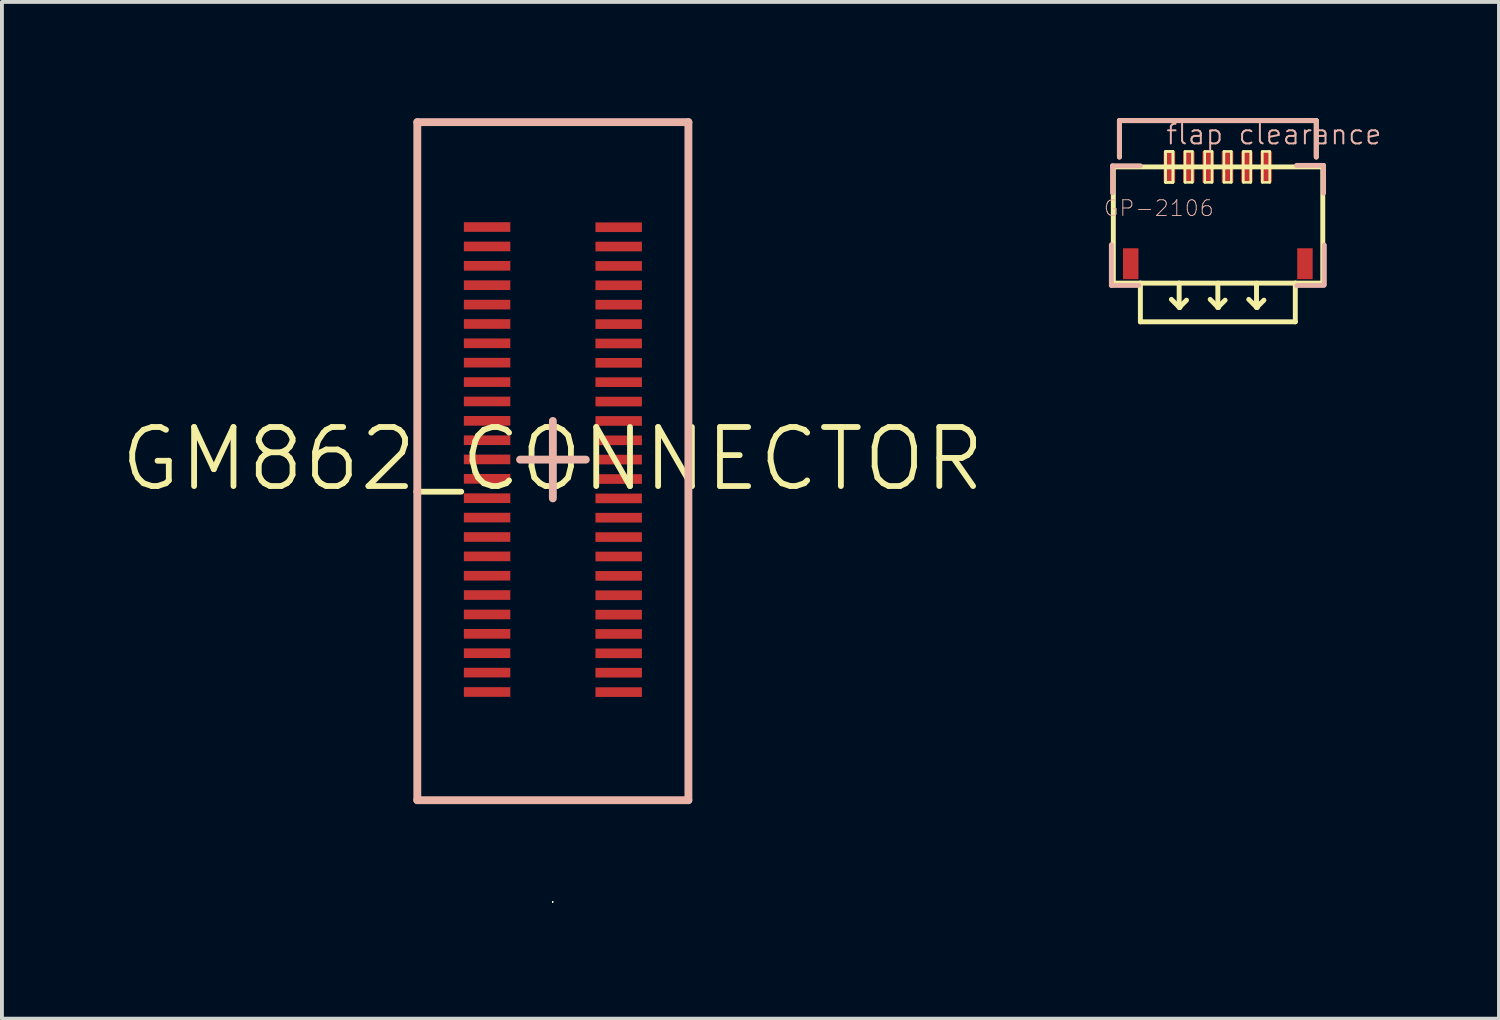
<source format=kicad_pcb>
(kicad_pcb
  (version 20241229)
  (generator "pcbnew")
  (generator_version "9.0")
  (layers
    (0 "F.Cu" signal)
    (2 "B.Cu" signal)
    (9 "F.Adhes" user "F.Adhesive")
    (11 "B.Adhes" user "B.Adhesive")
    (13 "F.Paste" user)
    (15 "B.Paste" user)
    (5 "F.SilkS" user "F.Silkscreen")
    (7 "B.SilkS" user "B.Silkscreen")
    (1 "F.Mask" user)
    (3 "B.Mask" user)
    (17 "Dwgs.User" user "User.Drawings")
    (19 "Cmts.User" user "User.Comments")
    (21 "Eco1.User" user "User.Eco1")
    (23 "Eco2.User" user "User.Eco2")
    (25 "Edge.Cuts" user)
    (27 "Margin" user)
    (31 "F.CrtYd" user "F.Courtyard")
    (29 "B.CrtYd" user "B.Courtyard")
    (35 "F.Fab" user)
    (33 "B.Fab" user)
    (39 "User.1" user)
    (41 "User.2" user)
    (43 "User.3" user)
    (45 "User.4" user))
  (footprint "GP-2106"
    (layer "F.Cu")
    (at 28.378 1.257)
    (property "Reference" "GP-2106" (at -1.524 1.067 0) (layer "B.SilkS") (effects (font (size 0.406 0.406) (thickness 0.025))))
    (attr smd)
    (fp_line (start -2.697 0) (end 2.708 0) (stroke (width 0.127) (type solid)) (layer "F.SilkS"))
    (fp_line (start -2.697 3) (end -2.697 0) (stroke (width 0.127) (type solid)) (layer "F.SilkS"))
    (fp_line (start -2.54 -1.194) (end 2.54 -1.194) (stroke (width 0.127) (type solid)) (layer "F.SilkS"))
    (fp_line (start -2.54 -0.254) (end -2.54 -1.194) (stroke (width 0.127) (type solid)) (layer "F.SilkS"))
    (fp_line (start -1.999 3) (end -2.69 3) (stroke (width 0.127) (type solid)) (layer "F.SilkS"))
    (fp_line (start -1.999 3) (end -1.999 3.998) (stroke (width 0.127) (type solid)) (layer "F.SilkS"))
    (fp_line (start -1.999 3.998) (end 1.999 3.998) (stroke (width 0.127) (type solid)) (layer "F.SilkS"))
    (fp_line (start -1.349 -0.399) (end -1.158 -0.399) (stroke (width 0.066) (type solid)) (layer "F.SilkS"))
    (fp_line (start -1.349 -0.399) (end -1.158 -0.399) (stroke (width 0.066) (type solid)) (layer "F.SilkS"))
    (fp_line (start -1.349 0.399) (end -1.349 -0.399) (stroke (width 0.066) (type solid)) (layer "F.SilkS"))
    (fp_line (start -1.349 0.399) (end -1.349 -0.399) (stroke (width 0.066) (type solid)) (layer "F.SilkS"))
    (fp_line (start -1.349 0.399) (end -1.158 0.399) (stroke (width 0.066) (type solid)) (layer "F.SilkS"))
    (fp_line (start -1.349 0.399) (end -1.158 0.399) (stroke (width 0.066) (type solid)) (layer "F.SilkS"))
    (fp_line (start -1.158 0.399) (end -1.158 -0.399) (stroke (width 0.066) (type solid)) (layer "F.SilkS"))
    (fp_line (start -1.158 0.399) (end -1.158 -0.399) (stroke (width 0.066) (type solid)) (layer "F.SilkS"))
    (fp_line (start -0.998 3) (end -1.999 3) (stroke (width 0.127) (type solid)) (layer "F.SilkS"))
    (fp_line (start -0.998 3) (end -0.998 3.619) (stroke (width 0.127) (type solid)) (layer "F.SilkS"))
    (fp_line (start -0.998 3.619) (end -1.199 3.419) (stroke (width 0.127) (type solid)) (layer "F.SilkS"))
    (fp_line (start -0.998 3.63) (end -0.998 3.619) (stroke (width 0.127) (type solid)) (layer "F.SilkS"))
    (fp_line (start -0.978 3.609) (end -0.808 3.439) (stroke (width 0.127) (type solid)) (layer "F.SilkS"))
    (fp_line (start -0.978 3.63) (end -0.978 3.609) (stroke (width 0.127) (type solid)) (layer "F.SilkS"))
    (fp_line (start -0.848 -0.399) (end -0.658 -0.399) (stroke (width 0.066) (type solid)) (layer "F.SilkS"))
    (fp_line (start -0.848 0.399) (end -0.848 -0.399) (stroke (width 0.066) (type solid)) (layer "F.SilkS"))
    (fp_line (start -0.848 0.399) (end -0.658 0.399) (stroke (width 0.066) (type solid)) (layer "F.SilkS"))
    (fp_line (start -0.658 0.399) (end -0.658 -0.399) (stroke (width 0.066) (type solid)) (layer "F.SilkS"))
    (fp_line (start -0.338 -0.399) (end -0.15 -0.399) (stroke (width 0.066) (type solid)) (layer "F.SilkS"))
    (fp_line (start -0.338 0.399) (end -0.338 -0.399) (stroke (width 0.066) (type solid)) (layer "F.SilkS"))
    (fp_line (start -0.338 0.399) (end -0.15 0.399) (stroke (width 0.066) (type solid)) (layer "F.SilkS"))
    (fp_line (start -0.15 0.399) (end -0.15 -0.399) (stroke (width 0.066) (type solid)) (layer "F.SilkS"))
    (fp_line (start 0 3) (end 0 3.619) (stroke (width 0.127) (type solid)) (layer "F.SilkS"))
    (fp_line (start 0 3.619) (end -0.198 3.419) (stroke (width 0.127) (type solid)) (layer "F.SilkS"))
    (fp_line (start 0 3.63) (end 0 3.619) (stroke (width 0.127) (type solid)) (layer "F.SilkS"))
    (fp_line (start 0.018 3.609) (end 0.188 3.439) (stroke (width 0.127) (type solid)) (layer "F.SilkS"))
    (fp_line (start 0.018 3.63) (end 0.018 3.609) (stroke (width 0.127) (type solid)) (layer "F.SilkS"))
    (fp_line (start 0.157 -0.399) (end 0.348 -0.399) (stroke (width 0.066) (type solid)) (layer "F.SilkS"))
    (fp_line (start 0.157 0.399) (end 0.157 -0.399) (stroke (width 0.066) (type solid)) (layer "F.SilkS"))
    (fp_line (start 0.157 0.399) (end 0.348 0.399) (stroke (width 0.066) (type solid)) (layer "F.SilkS"))
    (fp_line (start 0.348 0.399) (end 0.348 -0.399) (stroke (width 0.066) (type solid)) (layer "F.SilkS"))
    (fp_line (start 0.658 -0.399) (end 0.848 -0.399) (stroke (width 0.066) (type solid)) (layer "F.SilkS"))
    (fp_line (start 0.658 0.399) (end 0.658 -0.399) (stroke (width 0.066) (type solid)) (layer "F.SilkS"))
    (fp_line (start 0.658 0.399) (end 0.848 0.399) (stroke (width 0.066) (type solid)) (layer "F.SilkS"))
    (fp_line (start 0.848 0.399) (end 0.848 -0.399) (stroke (width 0.066) (type solid)) (layer "F.SilkS"))
    (fp_line (start 0.998 3) (end 0.998 3.619) (stroke (width 0.127) (type solid)) (layer "F.SilkS"))
    (fp_line (start 0.998 3.619) (end 0.798 3.419) (stroke (width 0.127) (type solid)) (layer "F.SilkS"))
    (fp_line (start 0.998 3.63) (end 0.998 3.619) (stroke (width 0.127) (type solid)) (layer "F.SilkS"))
    (fp_line (start 1.019 3.609) (end 1.189 3.439) (stroke (width 0.127) (type solid)) (layer "F.SilkS"))
    (fp_line (start 1.019 3.63) (end 1.019 3.609) (stroke (width 0.127) (type solid)) (layer "F.SilkS"))
    (fp_line (start 1.148 -0.399) (end 1.339 -0.399) (stroke (width 0.066) (type solid)) (layer "F.SilkS"))
    (fp_line (start 1.148 0.399) (end 1.148 -0.399) (stroke (width 0.066) (type solid)) (layer "F.SilkS"))
    (fp_line (start 1.148 0.399) (end 1.339 0.399) (stroke (width 0.066) (type solid)) (layer "F.SilkS"))
    (fp_line (start 1.339 0.399) (end 1.339 -0.399) (stroke (width 0.066) (type solid)) (layer "F.SilkS"))
    (fp_line (start 1.999 3) (end -0.998 3) (stroke (width 0.127) (type solid)) (layer "F.SilkS"))
    (fp_line (start 1.999 3.998) (end 1.999 3) (stroke (width 0.127) (type solid)) (layer "F.SilkS"))
    (fp_line (start 2.54 -1.194) (end 2.54 -0.254) (stroke (width 0.127) (type solid)) (layer "F.SilkS"))
    (fp_line (start 2.708 0) (end 2.708 3) (stroke (width 0.127) (type solid)) (layer "F.SilkS"))
    (fp_line (start 2.708 3) (end 1.999 3) (stroke (width 0.127) (type solid)) (layer "F.SilkS"))
    (fp_line (start -2.748 2.009) (end -2.748 3.058) (stroke (width 0.127) (type solid)) (layer "B.SilkS"))
    (fp_line (start -2.748 3.058) (end -2.04 3.058) (stroke (width 0.127) (type solid)) (layer "B.SilkS"))
    (fp_line (start -2.718 -0.028) (end -2.718 0.668) (stroke (width 0.127) (type solid)) (layer "B.SilkS"))
    (fp_line (start -2.54 -1.194) (end 2.54 -1.194) (stroke (width 0.127) (type solid)) (layer "B.SilkS"))
    (fp_line (start -2.54 -0.254) (end -2.54 -1.194) (stroke (width 0.127) (type solid)) (layer "B.SilkS"))
    (fp_line (start -1.999 -0.028) (end -2.718 -0.028) (stroke (width 0.127) (type solid)) (layer "B.SilkS"))
    (fp_line (start 2.05 3.058) (end 2.04 3.068) (stroke (width 0.127) (type solid)) (layer "B.SilkS"))
    (fp_line (start 2.54 -1.194) (end 2.54 -0.254) (stroke (width 0.127) (type solid)) (layer "B.SilkS"))
    (fp_line (start 2.728 -0.038) (end 2.029 -0.038) (stroke (width 0.127) (type solid)) (layer "B.SilkS"))
    (fp_line (start 2.728 0.678) (end 2.728 -0.038) (stroke (width 0.127) (type solid)) (layer "B.SilkS"))
    (fp_line (start 2.738 3.058) (end 2.05 3.058) (stroke (width 0.127) (type solid)) (layer "B.SilkS"))
    (fp_line (start 2.748 2.019) (end 2.748 3.038) (stroke (width 0.127) (type solid)) (layer "B.SilkS"))
    (fp_text user "flap clearance" (at 1.448 -0.838 0) (layer "B.SilkS") (effects (font (size 0.508 0.508) (thickness 0.051))))
    (pad "1PPS" smd rect (at -0.249 0 90) (size 0.798 0.3) (layers "F.Cu" "F.Mask" "F.Paste"))
    (pad "GND" smd rect (at -0.749 0 90) (size 0.798 0.3) (layers "F.Cu" "F.Mask" "F.Paste"))
    (pad "ONOF" smd rect (at 0.249 0 90) (size 0.798 0.3) (layers "F.Cu" "F.Mask" "F.Paste"))
    (pad "P$7" smd rect (at -2.248 2.499 90) (size 0.798 0.399) (layers "F.Cu" "F.Mask" "F.Paste"))
    (pad "P$8" smd rect (at 2.248 2.499 90) (size 0.798 0.399) (layers "F.Cu" "F.Mask" "F.Paste"))
    (pad "RX" smd rect (at 0.749 0 90) (size 0.798 0.3) (layers "F.Cu" "F.Mask" "F.Paste"))
    (pad "TX" smd rect (at 1.25 0 90) (size 0.798 0.3) (layers "F.Cu" "F.Mask" "F.Paste"))
    (pad "VCC" smd rect (at -1.25 0 90) (size 0.798 0.3) (layers "F.Cu" "F.Mask" "F.Paste")))
  (footprint "GM862_CONNECTOR"
    (layer "F.Cu")
    (at 11.212 8.796)
    (property "Reference" "GM862_CONNECTOR" (at 0 0 0) (layer "F.SilkS") (effects (font (size 1.524 1.524) (thickness 0.15))))
    (attr smd)
    (fp_line (start -3.493 -8.694) (end -3.493 8.804) (stroke (width 0.203) (type solid)) (layer "B.SilkS"))
    (fp_line (start -3.493 8.804) (end 3.503 8.804) (stroke (width 0.203) (type solid)) (layer "B.SilkS"))
    (fp_line (start -0.841 0.015) (end 0.856 0.015) (stroke (width 0.203) (type solid)) (layer "B.SilkS"))
    (fp_line (start 0.005 1.016) (end 0.005 -0.983) (stroke (width 0.203) (type solid)) (layer "B.SilkS"))
    (fp_line (start 3.503 -8.694) (end -3.493 -8.694) (stroke (width 0.203) (type solid)) (layer "B.SilkS"))
    (fp_line (start 3.503 8.804) (end 3.503 -8.694) (stroke (width 0.203) (type solid)) (layer "B.SilkS"))
    (pad "1" smd rect (at 1.704 6.015) (size 1.199 0.249) (layers "F.Cu" "F.Mask" "F.Paste"))
    (pad "2" smd rect (at -1.692 6.012) (size 1.199 0.249) (layers "F.Cu" "F.Mask" "F.Paste"))
    (pad "3" smd rect (at 1.704 5.514) (size 1.199 0.249) (layers "F.Cu" "F.Mask" "F.Paste"))
    (pad "4" smd rect (at -1.692 5.512) (size 1.199 0.249) (layers "F.Cu" "F.Mask" "F.Paste"))
    (pad "5" smd rect (at 1.704 5.014) (size 1.199 0.249) (layers "F.Cu" "F.Mask" "F.Paste"))
    (pad "6" smd rect (at -1.692 5.011) (size 1.199 0.249) (layers "F.Cu" "F.Mask" "F.Paste"))
    (pad "7" smd rect (at 1.704 4.514) (size 1.199 0.249) (layers "F.Cu" "F.Mask" "F.Paste"))
    (pad "8" smd rect (at -1.692 4.511) (size 1.199 0.249) (layers "F.Cu" "F.Mask" "F.Paste"))
    (pad "9" smd rect (at 1.704 4.016) (size 1.199 0.249) (layers "F.Cu" "F.Mask" "F.Paste"))
    (pad "10" smd rect (at -1.692 4.011) (size 1.199 0.249) (layers "F.Cu" "F.Mask" "F.Paste"))
    (pad "11" smd rect (at 1.704 3.515) (size 1.199 0.249) (layers "F.Cu" "F.Mask" "F.Paste"))
    (pad "12" smd rect (at -1.692 3.51) (size 1.199 0.249) (layers "F.Cu" "F.Mask" "F.Paste"))
    (pad "13" smd rect (at 1.704 3.015) (size 1.199 0.249) (layers "F.Cu" "F.Mask" "F.Paste"))
    (pad "14" smd rect (at -1.692 3.012) (size 1.199 0.249) (layers "F.Cu" "F.Mask" "F.Paste"))
    (pad "15" smd rect (at 1.704 2.515) (size 1.199 0.249) (layers "F.Cu" "F.Mask" "F.Paste"))
    (pad "16" smd rect (at -1.692 2.512) (size 1.199 0.249) (layers "F.Cu" "F.Mask" "F.Paste"))
    (pad "17" smd rect (at 1.704 2.014) (size 1.199 0.249) (layers "F.Cu" "F.Mask" "F.Paste"))
    (pad "18" smd rect (at -1.692 2.012) (size 1.199 0.249) (layers "F.Cu" "F.Mask" "F.Paste"))
    (pad "19" smd rect (at 1.704 1.514) (size 1.199 0.249) (layers "F.Cu" "F.Mask" "F.Paste"))
    (pad "20" smd rect (at -1.692 1.511) (size 1.199 0.249) (layers "F.Cu" "F.Mask" "F.Paste"))
    (pad "21" smd rect (at 1.704 1.016) (size 1.199 0.249) (layers "F.Cu" "F.Mask" "F.Paste"))
    (pad "22" smd rect (at -1.692 1.011) (size 1.199 0.249) (layers "F.Cu" "F.Mask" "F.Paste"))
    (pad "23" smd rect (at 1.704 0.516) (size 1.199 0.249) (layers "F.Cu" "F.Mask" "F.Paste"))
    (pad "24" smd rect (at -1.692 0.511) (size 1.199 0.249) (layers "F.Cu" "F.Mask" "F.Paste"))
    (pad "25" smd rect (at 1.704 0.015) (size 1.199 0.249) (layers "F.Cu" "F.Mask" "F.Paste"))
    (pad "26" smd rect (at -1.692 0.01) (size 1.199 0.249) (layers "F.Cu" "F.Mask" "F.Paste"))
    (pad "27" smd rect (at 1.704 -0.483) (size 1.199 0.249) (layers "F.Cu" "F.Mask" "F.Paste"))
    (pad "28" smd rect (at -1.692 -0.485) (size 1.199 0.249) (layers "F.Cu" "F.Mask" "F.Paste"))
    (pad "29" smd rect (at 1.704 -0.983) (size 1.199 0.249) (layers "F.Cu" "F.Mask" "F.Paste"))
    (pad "30" smd rect (at -1.692 -0.986) (size 1.199 0.249) (layers "F.Cu" "F.Mask" "F.Paste"))
    (pad "31" smd rect (at 1.704 -1.483) (size 1.199 0.249) (layers "F.Cu" "F.Mask" "F.Paste"))
    (pad "32" smd rect (at -1.692 -1.486) (size 1.199 0.249) (layers "F.Cu" "F.Mask" "F.Paste"))
    (pad "33" smd rect (at 1.704 -1.984) (size 1.199 0.249) (layers "F.Cu" "F.Mask" "F.Paste"))
    (pad "34" smd rect (at -1.692 -1.986) (size 1.199 0.249) (layers "F.Cu" "F.Mask" "F.Paste"))
    (pad "35" smd rect (at 1.704 -2.482) (size 1.199 0.249) (layers "F.Cu" "F.Mask" "F.Paste"))
    (pad "36" smd rect (at -1.692 -2.487) (size 1.199 0.249) (layers "F.Cu" "F.Mask" "F.Paste"))
    (pad "37" smd rect (at 1.704 -2.982) (size 1.199 0.249) (layers "F.Cu" "F.Mask" "F.Paste"))
    (pad "38" smd rect (at -1.692 -2.987) (size 1.199 0.249) (layers "F.Cu" "F.Mask" "F.Paste"))
    (pad "39" smd rect (at 1.704 -3.482) (size 1.199 0.249) (layers "F.Cu" "F.Mask" "F.Paste"))
    (pad "40" smd rect (at -1.692 -3.485) (size 1.199 0.249) (layers "F.Cu" "F.Mask" "F.Paste"))
    (pad "41" smd rect (at 1.704 -3.983) (size 1.199 0.249) (layers "F.Cu" "F.Mask" "F.Paste"))
    (pad "42" smd rect (at -1.692 -3.985) (size 1.199 0.249) (layers "F.Cu" "F.Mask" "F.Paste"))
    (pad "43" smd rect (at 1.704 -4.483) (size 1.199 0.249) (layers "F.Cu" "F.Mask" "F.Paste"))
    (pad "44" smd rect (at -1.692 -4.486) (size 1.199 0.249) (layers "F.Cu" "F.Mask" "F.Paste"))
    (pad "45" smd rect (at 1.704 -4.983) (size 1.199 0.249) (layers "F.Cu" "F.Mask" "F.Paste"))
    (pad "46" smd rect (at -1.692 -4.986) (size 1.199 0.249) (layers "F.Cu" "F.Mask" "F.Paste"))
    (pad "47" smd rect (at 1.704 -5.484) (size 1.199 0.249) (layers "F.Cu" "F.Mask" "F.Paste"))
    (pad "48" smd rect (at -1.692 -5.486) (size 1.199 0.249) (layers "F.Cu" "F.Mask" "F.Paste"))
    (pad "49" smd rect (at 1.704 -5.982) (size 1.199 0.249) (layers "F.Cu" "F.Mask" "F.Paste"))
    (pad "50" smd rect (at -1.692 -5.987) (size 1.199 0.249) (layers "F.Cu" "F.Mask" "F.Paste"))
    (pad "G1" thru_hole circle (at 0 11.43) (size 0.025 0.025) (drill 0.025) (layers "*.Cu" "F.Mask" "F.SilkS" "F.Paste"))
    (pad "G2" thru_hole circle (at 0 11.43) (size 0.025 0.025) (drill 0.025) (layers "*.Cu" "F.Mask" "F.SilkS" "F.Paste"))
    (pad "G3" thru_hole circle (at 0 11.43) (size 0.025 0.025) (drill 0.025) (layers "*.Cu" "F.Mask" "F.SilkS" "F.Paste"))
    (pad "G4" thru_hole circle (at 0 11.43) (size 0.025 0.025) (drill 0.025) (layers "*.Cu" "F.Mask" "F.SilkS" "F.Paste"))
    (pad "G5" thru_hole circle (at 0 11.43) (size 0.025 0.025) (drill 0.025) (layers "*.Cu" "F.Mask" "F.SilkS" "F.Paste"))
    (pad "G6" thru_hole circle (at 0 11.43) (size 0.025 0.025) (drill 0.025) (layers "*.Cu" "F.Mask" "F.SilkS" "F.Paste"))
    (pad "G7" thru_hole circle (at 0 11.43) (size 0.025 0.025) (drill 0.025) (layers "*.Cu" "F.Mask" "F.SilkS" "F.Paste"))
    (pad "G8" thru_hole circle (at 0 11.43) (size 0.025 0.025) (drill 0.025) (layers "*.Cu" "F.Mask" "F.SilkS" "F.Paste")))
  (gr_rect
    (start -3 -3)
    (end 35.633 23.239)
    (stroke (width 0.1) (type default))
    (fill no)
    (layer "Edge.Cuts")))
</source>
